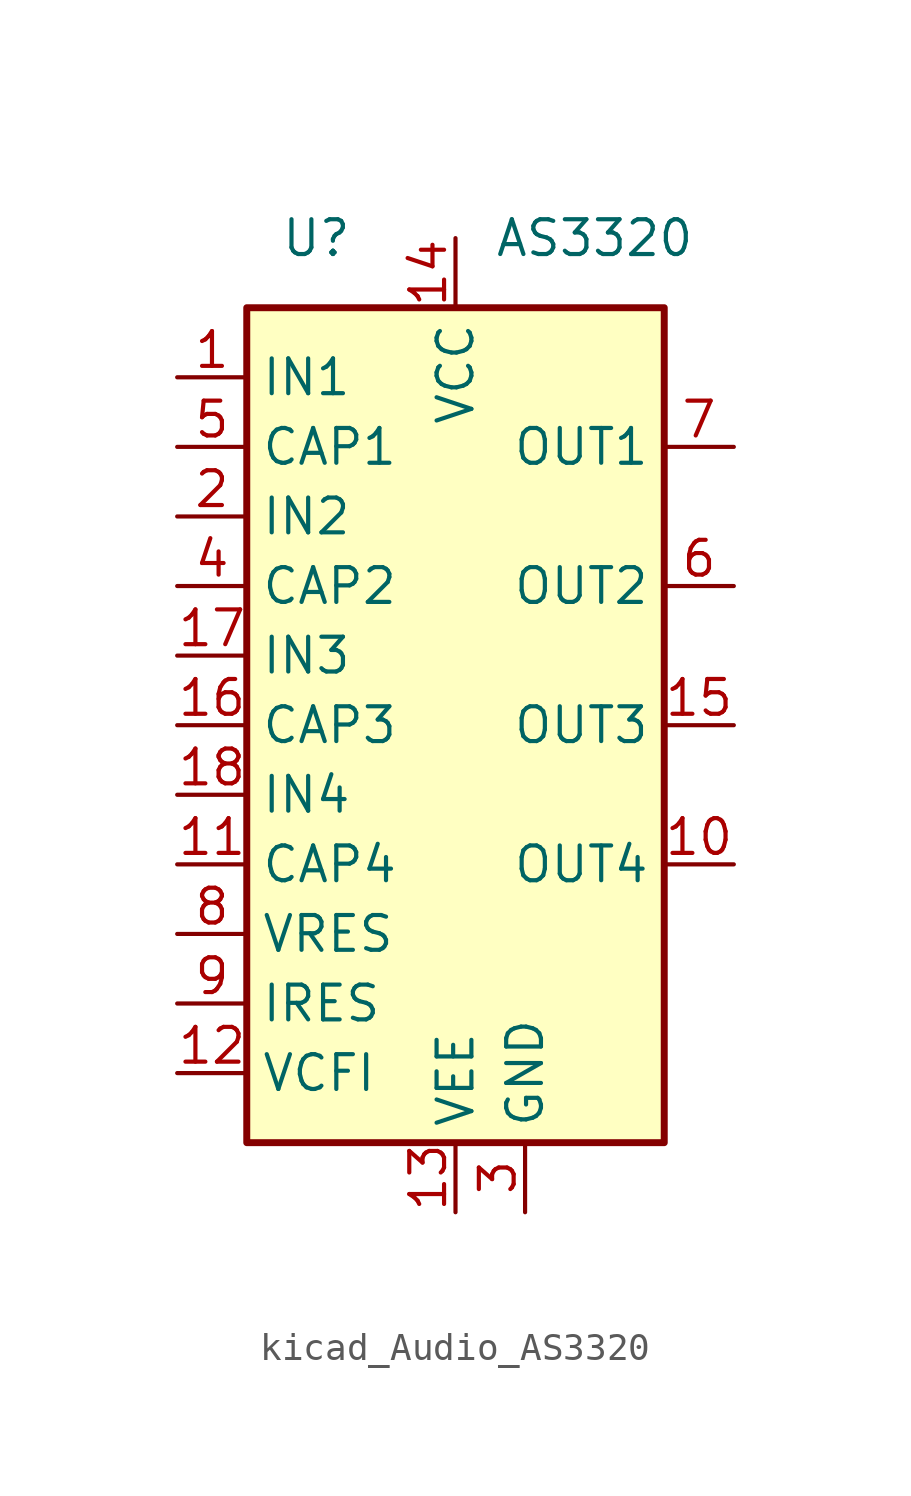
<source format=kicad_sym>
(kicad_symbol_lib
  (version 20220914)
  (generator kicad_symbol_editor)
  (symbol "kicad_Audio_AS3320"
    (property "Reference" "U"
      (at -5.08 17.78 0)
      (effects (font (size 1.27 1.27))))
    (property "Value" "AS3320"
      (at 5.08 17.78 0)
      (effects (font (size 1.27 1.27))))
    (symbol "kicad_Audio_AS3320_0_1"
      (rectangle (start -7.62 15.24) (end 7.62 -15.24) (stroke (width 0.254) (type default)) (fill (type background))))
    (symbol "kicad_Audio_AS3320_1_1"
      (pin input line (at -10.16 12.7 0) (length 2.54) (name "IN1" (effects (font (size 1.27 1.27)))) (number "1" (effects (font (size 1.27 1.27)))))
      (pin output line (at 10.16 -5.08 180) (length 2.54) (name "OUT4" (effects (font (size 1.27 1.27)))) (number "10" (effects (font (size 1.27 1.27)))))
      (pin passive line (at -10.16 -5.08 0) (length 2.54) (name "CAP4" (effects (font (size 1.27 1.27)))) (number "11" (effects (font (size 1.27 1.27)))))
      (pin input line (at -10.16 -12.7 0) (length 2.54) (name "VCFI" (effects (font (size 1.27 1.27)))) (number "12" (effects (font (size 1.27 1.27)))))
      (pin power_in line (at 0 -17.78 90) (length 2.54) (name "VEE" (effects (font (size 1.27 1.27)))) (number "13" (effects (font (size 1.27 1.27)))))
      (pin power_in line (at 0 17.78 270) (length 2.54) (name "VCC" (effects (font (size 1.27 1.27)))) (number "14" (effects (font (size 1.27 1.27)))))
      (pin output line (at 10.16 0 180) (length 2.54) (name "OUT3" (effects (font (size 1.27 1.27)))) (number "15" (effects (font (size 1.27 1.27)))))
      (pin passive line (at -10.16 0 0) (length 2.54) (name "CAP3" (effects (font (size 1.27 1.27)))) (number "16" (effects (font (size 1.27 1.27)))))
      (pin input line (at -10.16 2.54 0) (length 2.54) (name "IN3" (effects (font (size 1.27 1.27)))) (number "17" (effects (font (size 1.27 1.27)))))
      (pin input line (at -10.16 -2.54 0) (length 2.54) (name "IN4" (effects (font (size 1.27 1.27)))) (number "18" (effects (font (size 1.27 1.27)))))
      (pin input line (at -10.16 7.62 0) (length 2.54) (name "IN2" (effects (font (size 1.27 1.27)))) (number "2" (effects (font (size 1.27 1.27)))))
      (pin power_in line (at 2.54 -17.78 90) (length 2.54) (name "GND" (effects (font (size 1.27 1.27)))) (number "3" (effects (font (size 1.27 1.27)))))
      (pin passive line (at -10.16 5.08 0) (length 2.54) (name "CAP2" (effects (font (size 1.27 1.27)))) (number "4" (effects (font (size 1.27 1.27)))))
      (pin passive line (at -10.16 10.16 0) (length 2.54) (name "CAP1" (effects (font (size 1.27 1.27)))) (number "5" (effects (font (size 1.27 1.27)))))
      (pin output line (at 10.16 5.08 180) (length 2.54) (name "OUT2" (effects (font (size 1.27 1.27)))) (number "6" (effects (font (size 1.27 1.27)))))
      (pin output line (at 10.16 10.16 180) (length 2.54) (name "OUT1" (effects (font (size 1.27 1.27)))) (number "7" (effects (font (size 1.27 1.27)))))
      (pin input line (at -10.16 -7.62 0) (length 2.54) (name "VRES" (effects (font (size 1.27 1.27)))) (number "8" (effects (font (size 1.27 1.27)))))
      (pin input line (at -10.16 -10.16 0) (length 2.54) (name "IRES" (effects (font (size 1.27 1.27)))) (number "9" (effects (font (size 1.27 1.27))))))))
</source>
